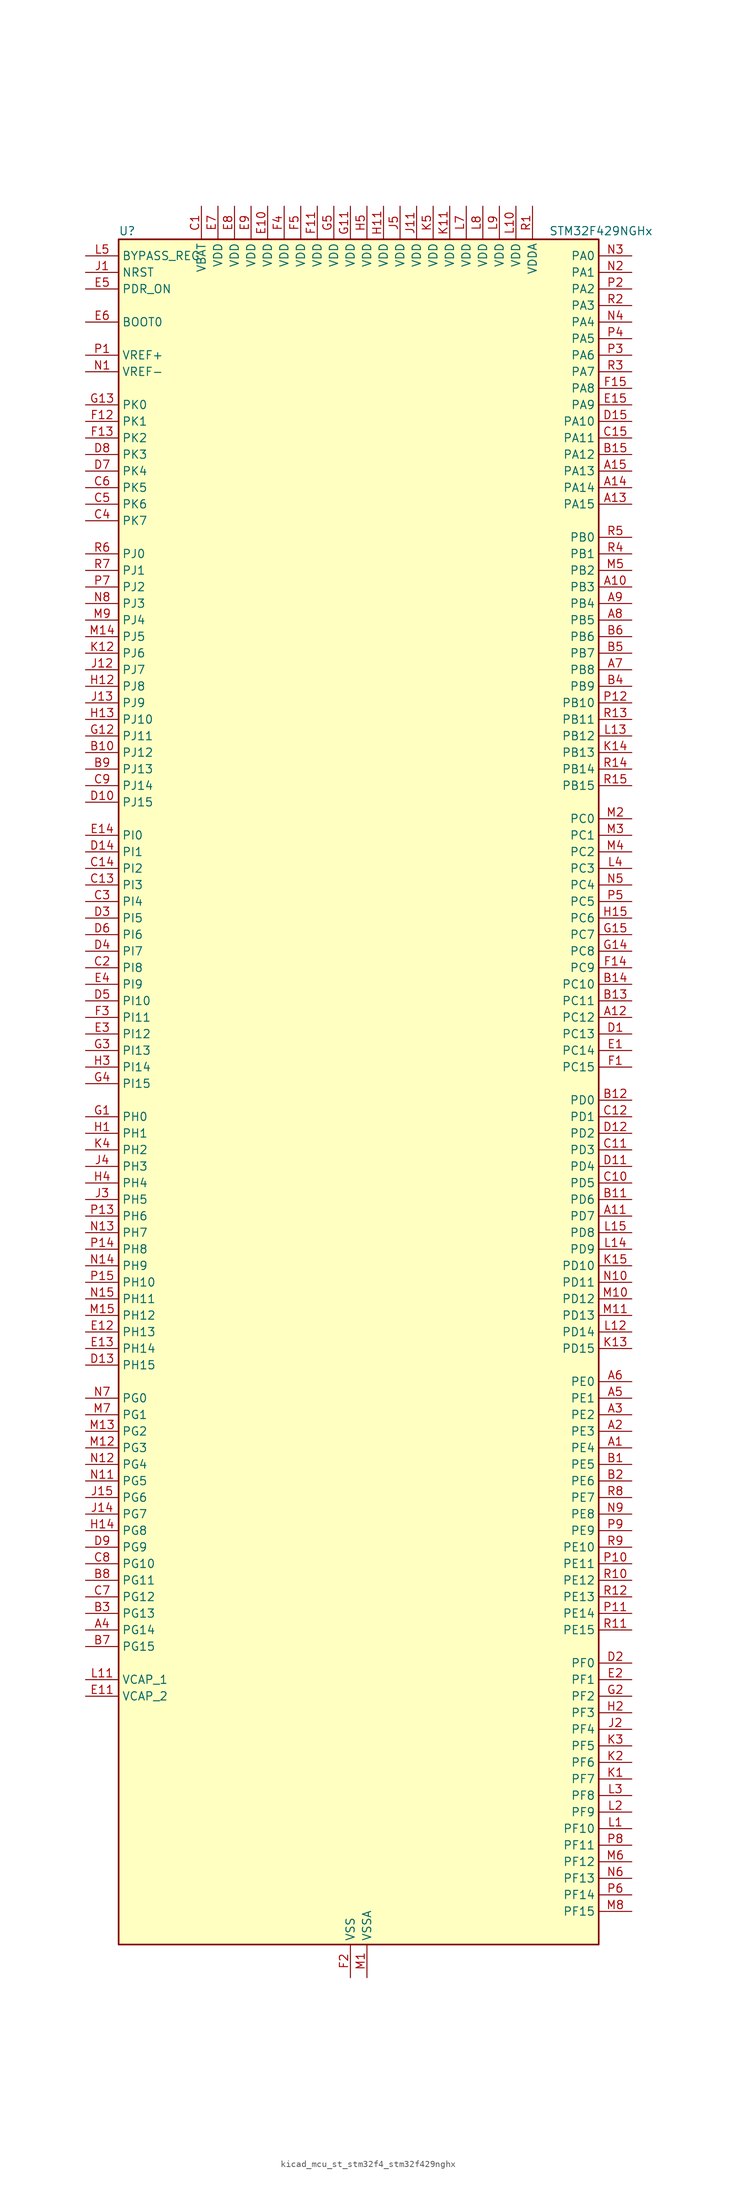
<source format=kicad_sym>
(kicad_symbol_lib
  (version 20220914)
  (generator kicad_symbol_editor)
  (symbol "kicad_mcu_st_stm32f4_stm32f429nghx"
    (property "Reference" "U"
      (at -35.56 133.35 0)
      (effects (font (size 1.27 1.27)) (justify left)))
    (property "Value" "STM32F429NGHx"
      (at 30.48 133.35 0)
      (effects (font (size 1.27 1.27)) (justify left)))
    (property "ki_locked" ""
      (at 0 0 0)
      (effects (font (size 1.27 1.27))))
    (symbol "kicad_mcu_st_stm32f4_stm32f429nghx_0_1"
      (rectangle (start -35.56 -129.54) (end 38.1 132.08) (stroke (width 0.254) (type default)) (fill (type background))))
    (symbol "kicad_mcu_st_stm32f4_stm32f429nghx_1_1"
      (pin bidirectional line (at 43.18 -53.34 180) (length 5.08) (name "PE4" (effects (font (size 1.27 1.27)))) (number "A1" (effects (font (size 1.27 1.27)))) (alternate "DCMI_D4" bidirectional line) (alternate "FMC_A20" bidirectional line) (alternate "LTDC_B0" bidirectional line) (alternate "SAI1_FS_A" bidirectional line) (alternate "SPI4_NSS" bidirectional line) (alternate "SYS_TRACED1" bidirectional line))
      (pin bidirectional line (at 43.18 78.74 180) (length 5.08) (name "PB3" (effects (font (size 1.27 1.27)))) (number "A10" (effects (font (size 1.27 1.27)))) (alternate "I2S3_CK" bidirectional line) (alternate "SPI1_SCK" bidirectional line) (alternate "SPI3_SCK" bidirectional line) (alternate "SYS_JTDO-SWO" bidirectional line) (alternate "TIM2_CH2" bidirectional line))
      (pin bidirectional line (at 43.18 -17.78 180) (length 5.08) (name "PD7" (effects (font (size 1.27 1.27)))) (number "A11" (effects (font (size 1.27 1.27)))) (alternate "FMC_NCE2" bidirectional line) (alternate "FMC_NE1" bidirectional line) (alternate "USART2_CK" bidirectional line))
      (pin bidirectional line (at 43.18 12.7 180) (length 5.08) (name "PC12" (effects (font (size 1.27 1.27)))) (number "A12" (effects (font (size 1.27 1.27)))) (alternate "DCMI_D9" bidirectional line) (alternate "I2S3_SD" bidirectional line) (alternate "SDIO_CK" bidirectional line) (alternate "SPI3_MOSI" bidirectional line) (alternate "UART5_TX" bidirectional line) (alternate "USART3_CK" bidirectional line))
      (pin bidirectional line (at 43.18 91.44 180) (length 5.08) (name "PA15" (effects (font (size 1.27 1.27)))) (number "A13" (effects (font (size 1.27 1.27)))) (alternate "ADC1_EXTI15" bidirectional line) (alternate "ADC2_EXTI15" bidirectional line) (alternate "ADC3_EXTI15" bidirectional line) (alternate "I2S3_WS" bidirectional line) (alternate "SPI1_NSS" bidirectional line) (alternate "SPI3_NSS" bidirectional line) (alternate "SYS_JTDI" bidirectional line) (alternate "TIM2_CH1" bidirectional line) (alternate "TIM2_ETR" bidirectional line))
      (pin bidirectional line (at 43.18 93.98 180) (length 5.08) (name "PA14" (effects (font (size 1.27 1.27)))) (number "A14" (effects (font (size 1.27 1.27)))) (alternate "SYS_JTCK-SWCLK" bidirectional line))
      (pin bidirectional line (at 43.18 96.52 180) (length 5.08) (name "PA13" (effects (font (size 1.27 1.27)))) (number "A15" (effects (font (size 1.27 1.27)))) (alternate "SYS_JTMS-SWDIO" bidirectional line))
      (pin bidirectional line (at 43.18 -50.8 180) (length 5.08) (name "PE3" (effects (font (size 1.27 1.27)))) (number "A2" (effects (font (size 1.27 1.27)))) (alternate "FMC_A19" bidirectional line) (alternate "SAI1_SD_B" bidirectional line) (alternate "SYS_TRACED0" bidirectional line))
      (pin bidirectional line (at 43.18 -48.26 180) (length 5.08) (name "PE2" (effects (font (size 1.27 1.27)))) (number "A3" (effects (font (size 1.27 1.27)))) (alternate "ETH_TXD3" bidirectional line) (alternate "FMC_A23" bidirectional line) (alternate "SAI1_MCLK_A" bidirectional line) (alternate "SPI4_SCK" bidirectional line) (alternate "SYS_TRACECLK" bidirectional line))
      (pin bidirectional line (at -40.64 -81.28 0) (length 5.08) (name "PG14" (effects (font (size 1.27 1.27)))) (number "A4" (effects (font (size 1.27 1.27)))) (alternate "ETH_TXD1" bidirectional line) (alternate "FMC_A25" bidirectional line) (alternate "SPI6_MOSI" bidirectional line) (alternate "USART6_TX" bidirectional line))
      (pin bidirectional line (at 43.18 -45.72 180) (length 5.08) (name "PE1" (effects (font (size 1.27 1.27)))) (number "A5" (effects (font (size 1.27 1.27)))) (alternate "DCMI_D3" bidirectional line) (alternate "FMC_NBL1" bidirectional line) (alternate "UART8_TX" bidirectional line))
      (pin bidirectional line (at 43.18 -43.18 180) (length 5.08) (name "PE0" (effects (font (size 1.27 1.27)))) (number "A6" (effects (font (size 1.27 1.27)))) (alternate "DCMI_D2" bidirectional line) (alternate "FMC_NBL0" bidirectional line) (alternate "TIM4_ETR" bidirectional line) (alternate "UART8_RX" bidirectional line))
      (pin bidirectional line (at 43.18 66.04 180) (length 5.08) (name "PB8" (effects (font (size 1.27 1.27)))) (number "A7" (effects (font (size 1.27 1.27)))) (alternate "CAN1_RX" bidirectional line) (alternate "DCMI_D6" bidirectional line) (alternate "ETH_TXD3" bidirectional line) (alternate "I2C1_SCL" bidirectional line) (alternate "LTDC_B6" bidirectional line) (alternate "SDIO_D4" bidirectional line) (alternate "TIM10_CH1" bidirectional line) (alternate "TIM4_CH3" bidirectional line))
      (pin bidirectional line (at 43.18 73.66 180) (length 5.08) (name "PB5" (effects (font (size 1.27 1.27)))) (number "A8" (effects (font (size 1.27 1.27)))) (alternate "CAN2_RX" bidirectional line) (alternate "DCMI_D10" bidirectional line) (alternate "ETH_PPS_OUT" bidirectional line) (alternate "FMC_SDCKE1" bidirectional line) (alternate "I2C1_SMBA" bidirectional line) (alternate "I2S3_SD" bidirectional line) (alternate "SPI1_MOSI" bidirectional line) (alternate "SPI3_MOSI" bidirectional line) (alternate "TIM3_CH2" bidirectional line) (alternate "USB_OTG_HS_ULPI_D7" bidirectional line))
      (pin bidirectional line (at 43.18 76.2 180) (length 5.08) (name "PB4" (effects (font (size 1.27 1.27)))) (number "A9" (effects (font (size 1.27 1.27)))) (alternate "I2S3_ext_SD" bidirectional line) (alternate "SPI1_MISO" bidirectional line) (alternate "SPI3_MISO" bidirectional line) (alternate "SYS_JTRST" bidirectional line) (alternate "TIM3_CH1" bidirectional line))
      (pin bidirectional line (at 43.18 -55.88 180) (length 5.08) (name "PE5" (effects (font (size 1.27 1.27)))) (number "B1" (effects (font (size 1.27 1.27)))) (alternate "DCMI_D6" bidirectional line) (alternate "FMC_A21" bidirectional line) (alternate "LTDC_G0" bidirectional line) (alternate "SAI1_SCK_A" bidirectional line) (alternate "SPI4_MISO" bidirectional line) (alternate "SYS_TRACED2" bidirectional line) (alternate "TIM9_CH1" bidirectional line))
      (pin bidirectional line (at -40.64 53.34 0) (length 5.08) (name "PJ12" (effects (font (size 1.27 1.27)))) (number "B10" (effects (font (size 1.27 1.27)))) (alternate "LTDC_B0" bidirectional line))
      (pin bidirectional line (at 43.18 -15.24 180) (length 5.08) (name "PD6" (effects (font (size 1.27 1.27)))) (number "B11" (effects (font (size 1.27 1.27)))) (alternate "DCMI_D10" bidirectional line) (alternate "FMC_NWAIT" bidirectional line) (alternate "I2S3_SD" bidirectional line) (alternate "LTDC_B2" bidirectional line) (alternate "SAI1_SD_A" bidirectional line) (alternate "SPI3_MOSI" bidirectional line) (alternate "USART2_RX" bidirectional line))
      (pin bidirectional line (at 43.18 0 180) (length 5.08) (name "PD0" (effects (font (size 1.27 1.27)))) (number "B12" (effects (font (size 1.27 1.27)))) (alternate "CAN1_RX" bidirectional line) (alternate "FMC_D2" bidirectional line) (alternate "FMC_DA2" bidirectional line))
      (pin bidirectional line (at 43.18 15.24 180) (length 5.08) (name "PC11" (effects (font (size 1.27 1.27)))) (number "B13" (effects (font (size 1.27 1.27)))) (alternate "ADC1_EXTI11" bidirectional line) (alternate "ADC2_EXTI11" bidirectional line) (alternate "ADC3_EXTI11" bidirectional line) (alternate "DCMI_D4" bidirectional line) (alternate "I2S3_ext_SD" bidirectional line) (alternate "SDIO_D3" bidirectional line) (alternate "SPI3_MISO" bidirectional line) (alternate "UART4_RX" bidirectional line) (alternate "USART3_RX" bidirectional line))
      (pin bidirectional line (at 43.18 17.78 180) (length 5.08) (name "PC10" (effects (font (size 1.27 1.27)))) (number "B14" (effects (font (size 1.27 1.27)))) (alternate "DCMI_D8" bidirectional line) (alternate "I2S3_CK" bidirectional line) (alternate "LTDC_R2" bidirectional line) (alternate "SDIO_D2" bidirectional line) (alternate "SPI3_SCK" bidirectional line) (alternate "UART4_TX" bidirectional line) (alternate "USART3_TX" bidirectional line))
      (pin bidirectional line (at 43.18 99.06 180) (length 5.08) (name "PA12" (effects (font (size 1.27 1.27)))) (number "B15" (effects (font (size 1.27 1.27)))) (alternate "CAN1_TX" bidirectional line) (alternate "LTDC_R5" bidirectional line) (alternate "TIM1_ETR" bidirectional line) (alternate "USART1_RTS" bidirectional line) (alternate "USB_OTG_FS_DP" bidirectional line))
      (pin bidirectional line (at 43.18 -58.42 180) (length 5.08) (name "PE6" (effects (font (size 1.27 1.27)))) (number "B2" (effects (font (size 1.27 1.27)))) (alternate "DCMI_D7" bidirectional line) (alternate "FMC_A22" bidirectional line) (alternate "LTDC_G1" bidirectional line) (alternate "SAI1_SD_A" bidirectional line) (alternate "SPI4_MOSI" bidirectional line) (alternate "SYS_TRACED3" bidirectional line) (alternate "TIM9_CH2" bidirectional line))
      (pin bidirectional line (at -40.64 -78.74 0) (length 5.08) (name "PG13" (effects (font (size 1.27 1.27)))) (number "B3" (effects (font (size 1.27 1.27)))) (alternate "ETH_TXD0" bidirectional line) (alternate "FMC_A24" bidirectional line) (alternate "SPI6_SCK" bidirectional line) (alternate "USART6_CTS" bidirectional line))
      (pin bidirectional line (at 43.18 63.5 180) (length 5.08) (name "PB9" (effects (font (size 1.27 1.27)))) (number "B4" (effects (font (size 1.27 1.27)))) (alternate "CAN1_TX" bidirectional line) (alternate "DAC_EXTI9" bidirectional line) (alternate "DCMI_D7" bidirectional line) (alternate "I2C1_SDA" bidirectional line) (alternate "I2S2_WS" bidirectional line) (alternate "LTDC_B7" bidirectional line) (alternate "SDIO_D5" bidirectional line) (alternate "SPI2_NSS" bidirectional line) (alternate "TIM11_CH1" bidirectional line) (alternate "TIM4_CH4" bidirectional line))
      (pin bidirectional line (at 43.18 68.58 180) (length 5.08) (name "PB7" (effects (font (size 1.27 1.27)))) (number "B5" (effects (font (size 1.27 1.27)))) (alternate "DCMI_VSYNC" bidirectional line) (alternate "FMC_NL" bidirectional line) (alternate "I2C1_SDA" bidirectional line) (alternate "TIM4_CH2" bidirectional line) (alternate "USART1_RX" bidirectional line))
      (pin bidirectional line (at 43.18 71.12 180) (length 5.08) (name "PB6" (effects (font (size 1.27 1.27)))) (number "B6" (effects (font (size 1.27 1.27)))) (alternate "CAN2_TX" bidirectional line) (alternate "DCMI_D5" bidirectional line) (alternate "FMC_SDNE1" bidirectional line) (alternate "I2C1_SCL" bidirectional line) (alternate "TIM4_CH1" bidirectional line) (alternate "USART1_TX" bidirectional line))
      (pin bidirectional line (at -40.64 -83.82 0) (length 5.08) (name "PG15" (effects (font (size 1.27 1.27)))) (number "B7" (effects (font (size 1.27 1.27)))) (alternate "ADC1_EXTI15" bidirectional line) (alternate "ADC2_EXTI15" bidirectional line) (alternate "ADC3_EXTI15" bidirectional line) (alternate "DCMI_D13" bidirectional line) (alternate "FMC_SDNCAS" bidirectional line) (alternate "USART6_CTS" bidirectional line))
      (pin bidirectional line (at -40.64 -73.66 0) (length 5.08) (name "PG11" (effects (font (size 1.27 1.27)))) (number "B8" (effects (font (size 1.27 1.27)))) (alternate "ADC1_EXTI11" bidirectional line) (alternate "ADC2_EXTI11" bidirectional line) (alternate "ADC3_EXTI11" bidirectional line) (alternate "DCMI_D3" bidirectional line) (alternate "ETH_TX_EN" bidirectional line) (alternate "FMC_NCE4_2" bidirectional line) (alternate "LTDC_B3" bidirectional line))
      (pin bidirectional line (at -40.64 50.8 0) (length 5.08) (name "PJ13" (effects (font (size 1.27 1.27)))) (number "B9" (effects (font (size 1.27 1.27)))) (alternate "LTDC_B1" bidirectional line))
      (pin power_in line (at -22.86 137.16 270) (length 5.08) (name "VBAT" (effects (font (size 1.27 1.27)))) (number "C1" (effects (font (size 1.27 1.27)))))
      (pin bidirectional line (at 43.18 -12.7 180) (length 5.08) (name "PD5" (effects (font (size 1.27 1.27)))) (number "C10" (effects (font (size 1.27 1.27)))) (alternate "FMC_NWE" bidirectional line) (alternate "USART2_TX" bidirectional line))
      (pin bidirectional line (at 43.18 -7.62 180) (length 5.08) (name "PD3" (effects (font (size 1.27 1.27)))) (number "C11" (effects (font (size 1.27 1.27)))) (alternate "DCMI_D5" bidirectional line) (alternate "FMC_CLK" bidirectional line) (alternate "I2S2_CK" bidirectional line) (alternate "LTDC_G7" bidirectional line) (alternate "SPI2_SCK" bidirectional line) (alternate "USART2_CTS" bidirectional line))
      (pin bidirectional line (at 43.18 -2.54 180) (length 5.08) (name "PD1" (effects (font (size 1.27 1.27)))) (number "C12" (effects (font (size 1.27 1.27)))) (alternate "CAN1_TX" bidirectional line) (alternate "FMC_D3" bidirectional line) (alternate "FMC_DA3" bidirectional line))
      (pin bidirectional line (at -40.64 33.02 0) (length 5.08) (name "PI3" (effects (font (size 1.27 1.27)))) (number "C13" (effects (font (size 1.27 1.27)))) (alternate "DCMI_D10" bidirectional line) (alternate "FMC_D27" bidirectional line) (alternate "I2S2_SD" bidirectional line) (alternate "SPI2_MOSI" bidirectional line) (alternate "TIM8_ETR" bidirectional line))
      (pin bidirectional line (at -40.64 35.56 0) (length 5.08) (name "PI2" (effects (font (size 1.27 1.27)))) (number "C14" (effects (font (size 1.27 1.27)))) (alternate "DCMI_D9" bidirectional line) (alternate "FMC_D26" bidirectional line) (alternate "I2S2_ext_SD" bidirectional line) (alternate "LTDC_G7" bidirectional line) (alternate "SPI2_MISO" bidirectional line) (alternate "TIM8_CH4" bidirectional line))
      (pin bidirectional line (at 43.18 101.6 180) (length 5.08) (name "PA11" (effects (font (size 1.27 1.27)))) (number "C15" (effects (font (size 1.27 1.27)))) (alternate "ADC1_EXTI11" bidirectional line) (alternate "ADC2_EXTI11" bidirectional line) (alternate "ADC3_EXTI11" bidirectional line) (alternate "CAN1_RX" bidirectional line) (alternate "LTDC_R4" bidirectional line) (alternate "TIM1_CH4" bidirectional line) (alternate "USART1_CTS" bidirectional line) (alternate "USB_OTG_FS_DM" bidirectional line))
      (pin bidirectional line (at -40.64 20.32 0) (length 5.08) (name "PI8" (effects (font (size 1.27 1.27)))) (number "C2" (effects (font (size 1.27 1.27)))) (alternate "RTC_AF2" bidirectional line))
      (pin bidirectional line (at -40.64 30.48 0) (length 5.08) (name "PI4" (effects (font (size 1.27 1.27)))) (number "C3" (effects (font (size 1.27 1.27)))) (alternate "DCMI_D5" bidirectional line) (alternate "FMC_NBL2" bidirectional line) (alternate "LTDC_B4" bidirectional line) (alternate "TIM8_BKIN" bidirectional line))
      (pin bidirectional line (at -40.64 88.9 0) (length 5.08) (name "PK7" (effects (font (size 1.27 1.27)))) (number "C4" (effects (font (size 1.27 1.27)))) (alternate "LTDC_DE" bidirectional line))
      (pin bidirectional line (at -40.64 91.44 0) (length 5.08) (name "PK6" (effects (font (size 1.27 1.27)))) (number "C5" (effects (font (size 1.27 1.27)))) (alternate "LTDC_B7" bidirectional line))
      (pin bidirectional line (at -40.64 93.98 0) (length 5.08) (name "PK5" (effects (font (size 1.27 1.27)))) (number "C6" (effects (font (size 1.27 1.27)))) (alternate "LTDC_B6" bidirectional line))
      (pin bidirectional line (at -40.64 -76.2 0) (length 5.08) (name "PG12" (effects (font (size 1.27 1.27)))) (number "C7" (effects (font (size 1.27 1.27)))) (alternate "FMC_NE4" bidirectional line) (alternate "LTDC_B1" bidirectional line) (alternate "LTDC_B4" bidirectional line) (alternate "SPI6_MISO" bidirectional line) (alternate "USART6_RTS" bidirectional line))
      (pin bidirectional line (at -40.64 -71.12 0) (length 5.08) (name "PG10" (effects (font (size 1.27 1.27)))) (number "C8" (effects (font (size 1.27 1.27)))) (alternate "DCMI_D2" bidirectional line) (alternate "FMC_NCE4_1" bidirectional line) (alternate "FMC_NE3" bidirectional line) (alternate "LTDC_B2" bidirectional line) (alternate "LTDC_G3" bidirectional line))
      (pin bidirectional line (at -40.64 48.26 0) (length 5.08) (name "PJ14" (effects (font (size 1.27 1.27)))) (number "C9" (effects (font (size 1.27 1.27)))) (alternate "LTDC_B2" bidirectional line))
      (pin bidirectional line (at 43.18 10.16 180) (length 5.08) (name "PC13" (effects (font (size 1.27 1.27)))) (number "D1" (effects (font (size 1.27 1.27)))) (alternate "RTC_AF1" bidirectional line))
      (pin bidirectional line (at -40.64 45.72 0) (length 5.08) (name "PJ15" (effects (font (size 1.27 1.27)))) (number "D10" (effects (font (size 1.27 1.27)))) (alternate "ADC1_EXTI15" bidirectional line) (alternate "ADC2_EXTI15" bidirectional line) (alternate "ADC3_EXTI15" bidirectional line) (alternate "LTDC_B3" bidirectional line))
      (pin bidirectional line (at 43.18 -10.16 180) (length 5.08) (name "PD4" (effects (font (size 1.27 1.27)))) (number "D11" (effects (font (size 1.27 1.27)))) (alternate "FMC_NOE" bidirectional line) (alternate "USART2_RTS" bidirectional line))
      (pin bidirectional line (at 43.18 -5.08 180) (length 5.08) (name "PD2" (effects (font (size 1.27 1.27)))) (number "D12" (effects (font (size 1.27 1.27)))) (alternate "DCMI_D11" bidirectional line) (alternate "SDIO_CMD" bidirectional line) (alternate "TIM3_ETR" bidirectional line) (alternate "UART5_RX" bidirectional line))
      (pin bidirectional line (at -40.64 -40.64 0) (length 5.08) (name "PH15" (effects (font (size 1.27 1.27)))) (number "D13" (effects (font (size 1.27 1.27)))) (alternate "ADC1_EXTI15" bidirectional line) (alternate "ADC2_EXTI15" bidirectional line) (alternate "ADC3_EXTI15" bidirectional line) (alternate "DCMI_D11" bidirectional line) (alternate "FMC_D23" bidirectional line) (alternate "LTDC_G4" bidirectional line) (alternate "TIM8_CH3N" bidirectional line))
      (pin bidirectional line (at -40.64 38.1 0) (length 5.08) (name "PI1" (effects (font (size 1.27 1.27)))) (number "D14" (effects (font (size 1.27 1.27)))) (alternate "DCMI_D8" bidirectional line) (alternate "FMC_D25" bidirectional line) (alternate "I2S2_CK" bidirectional line) (alternate "LTDC_G6" bidirectional line) (alternate "SPI2_SCK" bidirectional line))
      (pin bidirectional line (at 43.18 104.14 180) (length 5.08) (name "PA10" (effects (font (size 1.27 1.27)))) (number "D15" (effects (font (size 1.27 1.27)))) (alternate "DCMI_D1" bidirectional line) (alternate "TIM1_CH3" bidirectional line) (alternate "USART1_RX" bidirectional line) (alternate "USB_OTG_FS_ID" bidirectional line))
      (pin bidirectional line (at 43.18 -86.36 180) (length 5.08) (name "PF0" (effects (font (size 1.27 1.27)))) (number "D2" (effects (font (size 1.27 1.27)))) (alternate "FMC_A0" bidirectional line) (alternate "I2C2_SDA" bidirectional line))
      (pin bidirectional line (at -40.64 27.94 0) (length 5.08) (name "PI5" (effects (font (size 1.27 1.27)))) (number "D3" (effects (font (size 1.27 1.27)))) (alternate "DCMI_VSYNC" bidirectional line) (alternate "FMC_NBL3" bidirectional line) (alternate "LTDC_B5" bidirectional line) (alternate "TIM8_CH1" bidirectional line))
      (pin bidirectional line (at -40.64 22.86 0) (length 5.08) (name "PI7" (effects (font (size 1.27 1.27)))) (number "D4" (effects (font (size 1.27 1.27)))) (alternate "DCMI_D7" bidirectional line) (alternate "FMC_D29" bidirectional line) (alternate "LTDC_B7" bidirectional line) (alternate "TIM8_CH3" bidirectional line))
      (pin bidirectional line (at -40.64 15.24 0) (length 5.08) (name "PI10" (effects (font (size 1.27 1.27)))) (number "D5" (effects (font (size 1.27 1.27)))) (alternate "ETH_RX_ER" bidirectional line) (alternate "FMC_D31" bidirectional line) (alternate "LTDC_HSYNC" bidirectional line))
      (pin bidirectional line (at -40.64 25.4 0) (length 5.08) (name "PI6" (effects (font (size 1.27 1.27)))) (number "D6" (effects (font (size 1.27 1.27)))) (alternate "DCMI_D6" bidirectional line) (alternate "FMC_D28" bidirectional line) (alternate "LTDC_B6" bidirectional line) (alternate "TIM8_CH2" bidirectional line))
      (pin bidirectional line (at -40.64 96.52 0) (length 5.08) (name "PK4" (effects (font (size 1.27 1.27)))) (number "D7" (effects (font (size 1.27 1.27)))) (alternate "LTDC_B5" bidirectional line))
      (pin bidirectional line (at -40.64 99.06 0) (length 5.08) (name "PK3" (effects (font (size 1.27 1.27)))) (number "D8" (effects (font (size 1.27 1.27)))) (alternate "LTDC_B4" bidirectional line))
      (pin bidirectional line (at -40.64 -68.58 0) (length 5.08) (name "PG9" (effects (font (size 1.27 1.27)))) (number "D9" (effects (font (size 1.27 1.27)))) (alternate "DAC_EXTI9" bidirectional line) (alternate "DCMI_VSYNC" bidirectional line) (alternate "FMC_NCE3" bidirectional line) (alternate "FMC_NE2" bidirectional line) (alternate "USART6_RX" bidirectional line))
      (pin bidirectional line (at 43.18 7.62 180) (length 5.08) (name "PC14" (effects (font (size 1.27 1.27)))) (number "E1" (effects (font (size 1.27 1.27)))) (alternate "RCC_OSC32_IN" bidirectional line))
      (pin power_in line (at -12.7 137.16 270) (length 5.08) (name "VDD" (effects (font (size 1.27 1.27)))) (number "E10" (effects (font (size 1.27 1.27)))))
      (pin power_out line (at -40.64 -91.44 0) (length 5.08) (name "VCAP_2" (effects (font (size 1.27 1.27)))) (number "E11" (effects (font (size 1.27 1.27)))))
      (pin bidirectional line (at -40.64 -35.56 0) (length 5.08) (name "PH13" (effects (font (size 1.27 1.27)))) (number "E12" (effects (font (size 1.27 1.27)))) (alternate "CAN1_TX" bidirectional line) (alternate "FMC_D21" bidirectional line) (alternate "LTDC_G2" bidirectional line) (alternate "TIM8_CH1N" bidirectional line))
      (pin bidirectional line (at -40.64 -38.1 0) (length 5.08) (name "PH14" (effects (font (size 1.27 1.27)))) (number "E13" (effects (font (size 1.27 1.27)))) (alternate "DCMI_D4" bidirectional line) (alternate "FMC_D22" bidirectional line) (alternate "LTDC_G3" bidirectional line) (alternate "TIM8_CH2N" bidirectional line))
      (pin bidirectional line (at -40.64 40.64 0) (length 5.08) (name "PI0" (effects (font (size 1.27 1.27)))) (number "E14" (effects (font (size 1.27 1.27)))) (alternate "DCMI_D13" bidirectional line) (alternate "FMC_D24" bidirectional line) (alternate "I2S2_WS" bidirectional line) (alternate "LTDC_G5" bidirectional line) (alternate "SPI2_NSS" bidirectional line) (alternate "TIM5_CH4" bidirectional line))
      (pin bidirectional line (at 43.18 106.68 180) (length 5.08) (name "PA9" (effects (font (size 1.27 1.27)))) (number "E15" (effects (font (size 1.27 1.27)))) (alternate "DAC_EXTI9" bidirectional line) (alternate "DCMI_D0" bidirectional line) (alternate "I2C3_SMBA" bidirectional line) (alternate "TIM1_CH2" bidirectional line) (alternate "USART1_TX" bidirectional line) (alternate "USB_OTG_FS_VBUS" bidirectional line))
      (pin bidirectional line (at 43.18 -88.9 180) (length 5.08) (name "PF1" (effects (font (size 1.27 1.27)))) (number "E2" (effects (font (size 1.27 1.27)))) (alternate "FMC_A1" bidirectional line) (alternate "I2C2_SCL" bidirectional line))
      (pin bidirectional line (at -40.64 10.16 0) (length 5.08) (name "PI12" (effects (font (size 1.27 1.27)))) (number "E3" (effects (font (size 1.27 1.27)))) (alternate "LTDC_HSYNC" bidirectional line))
      (pin bidirectional line (at -40.64 17.78 0) (length 5.08) (name "PI9" (effects (font (size 1.27 1.27)))) (number "E4" (effects (font (size 1.27 1.27)))) (alternate "CAN1_RX" bidirectional line) (alternate "DAC_EXTI9" bidirectional line) (alternate "FMC_D30" bidirectional line) (alternate "LTDC_VSYNC" bidirectional line))
      (pin input line (at -40.64 124.46 0) (length 5.08) (name "PDR_ON" (effects (font (size 1.27 1.27)))) (number "E5" (effects (font (size 1.27 1.27)))))
      (pin input line (at -40.64 119.38 0) (length 5.08) (name "BOOT0" (effects (font (size 1.27 1.27)))) (number "E6" (effects (font (size 1.27 1.27)))))
      (pin power_in line (at -20.32 137.16 270) (length 5.08) (name "VDD" (effects (font (size 1.27 1.27)))) (number "E7" (effects (font (size 1.27 1.27)))))
      (pin power_in line (at -17.78 137.16 270) (length 5.08) (name "VDD" (effects (font (size 1.27 1.27)))) (number "E8" (effects (font (size 1.27 1.27)))))
      (pin power_in line (at -15.24 137.16 270) (length 5.08) (name "VDD" (effects (font (size 1.27 1.27)))) (number "E9" (effects (font (size 1.27 1.27)))))
      (pin bidirectional line (at 43.18 5.08 180) (length 5.08) (name "PC15" (effects (font (size 1.27 1.27)))) (number "F1" (effects (font (size 1.27 1.27)))) (alternate "ADC1_EXTI15" bidirectional line) (alternate "ADC2_EXTI15" bidirectional line) (alternate "ADC3_EXTI15" bidirectional line) (alternate "RCC_OSC32_OUT" bidirectional line))
      (pin passive line (at 0 -134.62 90) (length 5.08) hide (name "VSS" (effects (font (size 1.27 1.27)))) (number "F10" (effects (font (size 1.27 1.27)))))
      (pin power_in line (at -5.08 137.16 270) (length 5.08) (name "VDD" (effects (font (size 1.27 1.27)))) (number "F11" (effects (font (size 1.27 1.27)))))
      (pin bidirectional line (at -40.64 104.14 0) (length 5.08) (name "PK1" (effects (font (size 1.27 1.27)))) (number "F12" (effects (font (size 1.27 1.27)))) (alternate "LTDC_G6" bidirectional line))
      (pin bidirectional line (at -40.64 101.6 0) (length 5.08) (name "PK2" (effects (font (size 1.27 1.27)))) (number "F13" (effects (font (size 1.27 1.27)))) (alternate "LTDC_G7" bidirectional line))
      (pin bidirectional line (at 43.18 20.32 180) (length 5.08) (name "PC9" (effects (font (size 1.27 1.27)))) (number "F14" (effects (font (size 1.27 1.27)))) (alternate "DAC_EXTI9" bidirectional line) (alternate "DCMI_D3" bidirectional line) (alternate "I2C3_SDA" bidirectional line) (alternate "I2S_CKIN" bidirectional line) (alternate "RCC_MCO_2" bidirectional line) (alternate "SDIO_D1" bidirectional line) (alternate "TIM3_CH4" bidirectional line) (alternate "TIM8_CH4" bidirectional line))
      (pin bidirectional line (at 43.18 109.22 180) (length 5.08) (name "PA8" (effects (font (size 1.27 1.27)))) (number "F15" (effects (font (size 1.27 1.27)))) (alternate "I2C3_SCL" bidirectional line) (alternate "LTDC_R6" bidirectional line) (alternate "RCC_MCO_1" bidirectional line) (alternate "TIM1_CH1" bidirectional line) (alternate "USART1_CK" bidirectional line) (alternate "USB_OTG_FS_SOF" bidirectional line))
      (pin power_in line (at 0 -134.62 90) (length 5.08) (name "VSS" (effects (font (size 1.27 1.27)))) (number "F2" (effects (font (size 1.27 1.27)))))
      (pin bidirectional line (at -40.64 12.7 0) (length 5.08) (name "PI11" (effects (font (size 1.27 1.27)))) (number "F3" (effects (font (size 1.27 1.27)))) (alternate "ADC1_EXTI11" bidirectional line) (alternate "ADC2_EXTI11" bidirectional line) (alternate "ADC3_EXTI11" bidirectional line) (alternate "USB_OTG_HS_ULPI_DIR" bidirectional line))
      (pin power_in line (at -10.16 137.16 270) (length 5.08) (name "VDD" (effects (font (size 1.27 1.27)))) (number "F4" (effects (font (size 1.27 1.27)))))
      (pin power_in line (at -7.62 137.16 270) (length 5.08) (name "VDD" (effects (font (size 1.27 1.27)))) (number "F5" (effects (font (size 1.27 1.27)))))
      (pin passive line (at 0 -134.62 90) (length 5.08) hide (name "VSS" (effects (font (size 1.27 1.27)))) (number "F6" (effects (font (size 1.27 1.27)))))
      (pin passive line (at 0 -134.62 90) (length 5.08) hide (name "VSS" (effects (font (size 1.27 1.27)))) (number "F7" (effects (font (size 1.27 1.27)))))
      (pin passive line (at 0 -134.62 90) (length 5.08) hide (name "VSS" (effects (font (size 1.27 1.27)))) (number "F8" (effects (font (size 1.27 1.27)))))
      (pin passive line (at 0 -134.62 90) (length 5.08) hide (name "VSS" (effects (font (size 1.27 1.27)))) (number "F9" (effects (font (size 1.27 1.27)))))
      (pin bidirectional line (at -40.64 -2.54 0) (length 5.08) (name "PH0" (effects (font (size 1.27 1.27)))) (number "G1" (effects (font (size 1.27 1.27)))) (alternate "RCC_OSC_IN" bidirectional line))
      (pin passive line (at 0 -134.62 90) (length 5.08) hide (name "VSS" (effects (font (size 1.27 1.27)))) (number "G10" (effects (font (size 1.27 1.27)))))
      (pin power_in line (at 0 137.16 270) (length 5.08) (name "VDD" (effects (font (size 1.27 1.27)))) (number "G11" (effects (font (size 1.27 1.27)))))
      (pin bidirectional line (at -40.64 55.88 0) (length 5.08) (name "PJ11" (effects (font (size 1.27 1.27)))) (number "G12" (effects (font (size 1.27 1.27)))) (alternate "ADC1_EXTI11" bidirectional line) (alternate "ADC2_EXTI11" bidirectional line) (alternate "ADC3_EXTI11" bidirectional line) (alternate "LTDC_G4" bidirectional line))
      (pin bidirectional line (at -40.64 106.68 0) (length 5.08) (name "PK0" (effects (font (size 1.27 1.27)))) (number "G13" (effects (font (size 1.27 1.27)))) (alternate "LTDC_G5" bidirectional line))
      (pin bidirectional line (at 43.18 22.86 180) (length 5.08) (name "PC8" (effects (font (size 1.27 1.27)))) (number "G14" (effects (font (size 1.27 1.27)))) (alternate "DCMI_D2" bidirectional line) (alternate "SDIO_D0" bidirectional line) (alternate "TIM3_CH3" bidirectional line) (alternate "TIM8_CH3" bidirectional line) (alternate "USART6_CK" bidirectional line))
      (pin bidirectional line (at 43.18 25.4 180) (length 5.08) (name "PC7" (effects (font (size 1.27 1.27)))) (number "G15" (effects (font (size 1.27 1.27)))) (alternate "DCMI_D1" bidirectional line) (alternate "I2S3_MCK" bidirectional line) (alternate "LTDC_G6" bidirectional line) (alternate "SDIO_D7" bidirectional line) (alternate "TIM3_CH2" bidirectional line) (alternate "TIM8_CH2" bidirectional line) (alternate "USART6_RX" bidirectional line))
      (pin bidirectional line (at 43.18 -91.44 180) (length 5.08) (name "PF2" (effects (font (size 1.27 1.27)))) (number "G2" (effects (font (size 1.27 1.27)))) (alternate "FMC_A2" bidirectional line) (alternate "I2C2_SMBA" bidirectional line))
      (pin bidirectional line (at -40.64 7.62 0) (length 5.08) (name "PI13" (effects (font (size 1.27 1.27)))) (number "G3" (effects (font (size 1.27 1.27)))) (alternate "LTDC_VSYNC" bidirectional line))
      (pin bidirectional line (at -40.64 2.54 0) (length 5.08) (name "PI15" (effects (font (size 1.27 1.27)))) (number "G4" (effects (font (size 1.27 1.27)))) (alternate "ADC1_EXTI15" bidirectional line) (alternate "ADC2_EXTI15" bidirectional line) (alternate "ADC3_EXTI15" bidirectional line) (alternate "LTDC_R0" bidirectional line))
      (pin power_in line (at -2.54 137.16 270) (length 5.08) (name "VDD" (effects (font (size 1.27 1.27)))) (number "G5" (effects (font (size 1.27 1.27)))))
      (pin passive line (at 0 -134.62 90) (length 5.08) hide (name "VSS" (effects (font (size 1.27 1.27)))) (number "G6" (effects (font (size 1.27 1.27)))))
      (pin bidirectional line (at -40.64 -5.08 0) (length 5.08) (name "PH1" (effects (font (size 1.27 1.27)))) (number "H1" (effects (font (size 1.27 1.27)))) (alternate "RCC_OSC_OUT" bidirectional line))
      (pin passive line (at 0 -134.62 90) (length 5.08) hide (name "VSS" (effects (font (size 1.27 1.27)))) (number "H10" (effects (font (size 1.27 1.27)))))
      (pin power_in line (at 5.08 137.16 270) (length 5.08) (name "VDD" (effects (font (size 1.27 1.27)))) (number "H11" (effects (font (size 1.27 1.27)))))
      (pin bidirectional line (at -40.64 63.5 0) (length 5.08) (name "PJ8" (effects (font (size 1.27 1.27)))) (number "H12" (effects (font (size 1.27 1.27)))) (alternate "LTDC_G1" bidirectional line))
      (pin bidirectional line (at -40.64 58.42 0) (length 5.08) (name "PJ10" (effects (font (size 1.27 1.27)))) (number "H13" (effects (font (size 1.27 1.27)))) (alternate "LTDC_G3" bidirectional line))
      (pin bidirectional line (at -40.64 -66.04 0) (length 5.08) (name "PG8" (effects (font (size 1.27 1.27)))) (number "H14" (effects (font (size 1.27 1.27)))) (alternate "ETH_PPS_OUT" bidirectional line) (alternate "FMC_SDCLK" bidirectional line) (alternate "SPI6_NSS" bidirectional line) (alternate "USART6_RTS" bidirectional line))
      (pin bidirectional line (at 43.18 27.94 180) (length 5.08) (name "PC6" (effects (font (size 1.27 1.27)))) (number "H15" (effects (font (size 1.27 1.27)))) (alternate "DCMI_D0" bidirectional line) (alternate "I2S2_MCK" bidirectional line) (alternate "LTDC_HSYNC" bidirectional line) (alternate "SDIO_D6" bidirectional line) (alternate "TIM3_CH1" bidirectional line) (alternate "TIM8_CH1" bidirectional line) (alternate "USART6_TX" bidirectional line))
      (pin bidirectional line (at 43.18 -93.98 180) (length 5.08) (name "PF3" (effects (font (size 1.27 1.27)))) (number "H2" (effects (font (size 1.27 1.27)))) (alternate "ADC3_IN9" bidirectional line) (alternate "FMC_A3" bidirectional line))
      (pin bidirectional line (at -40.64 5.08 0) (length 5.08) (name "PI14" (effects (font (size 1.27 1.27)))) (number "H3" (effects (font (size 1.27 1.27)))) (alternate "LTDC_CLK" bidirectional line))
      (pin bidirectional line (at -40.64 -12.7 0) (length 5.08) (name "PH4" (effects (font (size 1.27 1.27)))) (number "H4" (effects (font (size 1.27 1.27)))) (alternate "I2C2_SCL" bidirectional line) (alternate "USB_OTG_HS_ULPI_NXT" bidirectional line))
      (pin power_in line (at 2.54 137.16 270) (length 5.08) (name "VDD" (effects (font (size 1.27 1.27)))) (number "H5" (effects (font (size 1.27 1.27)))))
      (pin passive line (at 0 -134.62 90) (length 5.08) hide (name "VSS" (effects (font (size 1.27 1.27)))) (number "H6" (effects (font (size 1.27 1.27)))))
      (pin input line (at -40.64 127 0) (length 5.08) (name "NRST" (effects (font (size 1.27 1.27)))) (number "J1" (effects (font (size 1.27 1.27)))))
      (pin passive line (at 0 -134.62 90) (length 5.08) hide (name "VSS" (effects (font (size 1.27 1.27)))) (number "J10" (effects (font (size 1.27 1.27)))))
      (pin power_in line (at 10.16 137.16 270) (length 5.08) (name "VDD" (effects (font (size 1.27 1.27)))) (number "J11" (effects (font (size 1.27 1.27)))))
      (pin bidirectional line (at -40.64 66.04 0) (length 5.08) (name "PJ7" (effects (font (size 1.27 1.27)))) (number "J12" (effects (font (size 1.27 1.27)))) (alternate "LTDC_G0" bidirectional line))
      (pin bidirectional line (at -40.64 60.96 0) (length 5.08) (name "PJ9" (effects (font (size 1.27 1.27)))) (number "J13" (effects (font (size 1.27 1.27)))) (alternate "DAC_EXTI9" bidirectional line) (alternate "LTDC_G2" bidirectional line))
      (pin bidirectional line (at -40.64 -63.5 0) (length 5.08) (name "PG7" (effects (font (size 1.27 1.27)))) (number "J14" (effects (font (size 1.27 1.27)))) (alternate "DCMI_D13" bidirectional line) (alternate "FMC_INT3" bidirectional line) (alternate "LTDC_CLK" bidirectional line) (alternate "USART6_CK" bidirectional line))
      (pin bidirectional line (at -40.64 -60.96 0) (length 5.08) (name "PG6" (effects (font (size 1.27 1.27)))) (number "J15" (effects (font (size 1.27 1.27)))) (alternate "DCMI_D12" bidirectional line) (alternate "FMC_INT2" bidirectional line) (alternate "LTDC_R7" bidirectional line))
      (pin bidirectional line (at 43.18 -96.52 180) (length 5.08) (name "PF4" (effects (font (size 1.27 1.27)))) (number "J2" (effects (font (size 1.27 1.27)))) (alternate "ADC3_IN14" bidirectional line) (alternate "FMC_A4" bidirectional line))
      (pin bidirectional line (at -40.64 -15.24 0) (length 5.08) (name "PH5" (effects (font (size 1.27 1.27)))) (number "J3" (effects (font (size 1.27 1.27)))) (alternate "FMC_SDNWE" bidirectional line) (alternate "I2C2_SDA" bidirectional line) (alternate "SPI5_NSS" bidirectional line))
      (pin bidirectional line (at -40.64 -10.16 0) (length 5.08) (name "PH3" (effects (font (size 1.27 1.27)))) (number "J4" (effects (font (size 1.27 1.27)))) (alternate "ETH_COL" bidirectional line) (alternate "FMC_SDNE0" bidirectional line) (alternate "LTDC_R1" bidirectional line))
      (pin power_in line (at 7.62 137.16 270) (length 5.08) (name "VDD" (effects (font (size 1.27 1.27)))) (number "J5" (effects (font (size 1.27 1.27)))))
      (pin passive line (at 0 -134.62 90) (length 5.08) hide (name "VSS" (effects (font (size 1.27 1.27)))) (number "J6" (effects (font (size 1.27 1.27)))))
      (pin bidirectional line (at 43.18 -104.14 180) (length 5.08) (name "PF7" (effects (font (size 1.27 1.27)))) (number "K1" (effects (font (size 1.27 1.27)))) (alternate "ADC3_IN5" bidirectional line) (alternate "FMC_NREG" bidirectional line) (alternate "SAI1_MCLK_B" bidirectional line) (alternate "SPI5_SCK" bidirectional line) (alternate "TIM11_CH1" bidirectional line) (alternate "UART7_TX" bidirectional line))
      (pin passive line (at 0 -134.62 90) (length 5.08) hide (name "VSS" (effects (font (size 1.27 1.27)))) (number "K10" (effects (font (size 1.27 1.27)))))
      (pin power_in line (at 15.24 137.16 270) (length 5.08) (name "VDD" (effects (font (size 1.27 1.27)))) (number "K11" (effects (font (size 1.27 1.27)))))
      (pin bidirectional line (at -40.64 68.58 0) (length 5.08) (name "PJ6" (effects (font (size 1.27 1.27)))) (number "K12" (effects (font (size 1.27 1.27)))) (alternate "LTDC_R7" bidirectional line))
      (pin bidirectional line (at 43.18 -38.1 180) (length 5.08) (name "PD15" (effects (font (size 1.27 1.27)))) (number "K13" (effects (font (size 1.27 1.27)))) (alternate "ADC1_EXTI15" bidirectional line) (alternate "ADC2_EXTI15" bidirectional line) (alternate "ADC3_EXTI15" bidirectional line) (alternate "FMC_D1" bidirectional line) (alternate "FMC_DA1" bidirectional line) (alternate "TIM4_CH4" bidirectional line))
      (pin bidirectional line (at 43.18 53.34 180) (length 5.08) (name "PB13" (effects (font (size 1.27 1.27)))) (number "K14" (effects (font (size 1.27 1.27)))) (alternate "CAN2_TX" bidirectional line) (alternate "ETH_TXD1" bidirectional line) (alternate "I2S2_CK" bidirectional line) (alternate "SPI2_SCK" bidirectional line) (alternate "TIM1_CH1N" bidirectional line) (alternate "USART3_CTS" bidirectional line) (alternate "USB_OTG_HS_ULPI_D6" bidirectional line) (alternate "USB_OTG_HS_VBUS" bidirectional line))
      (pin bidirectional line (at 43.18 -25.4 180) (length 5.08) (name "PD10" (effects (font (size 1.27 1.27)))) (number "K15" (effects (font (size 1.27 1.27)))) (alternate "FMC_D15" bidirectional line) (alternate "FMC_DA15" bidirectional line) (alternate "LTDC_B3" bidirectional line) (alternate "USART3_CK" bidirectional line))
      (pin bidirectional line (at 43.18 -101.6 180) (length 5.08) (name "PF6" (effects (font (size 1.27 1.27)))) (number "K2" (effects (font (size 1.27 1.27)))) (alternate "ADC3_IN4" bidirectional line) (alternate "FMC_NIORD" bidirectional line) (alternate "SAI1_SD_B" bidirectional line) (alternate "SPI5_NSS" bidirectional line) (alternate "TIM10_CH1" bidirectional line) (alternate "UART7_RX" bidirectional line))
      (pin bidirectional line (at 43.18 -99.06 180) (length 5.08) (name "PF5" (effects (font (size 1.27 1.27)))) (number "K3" (effects (font (size 1.27 1.27)))) (alternate "ADC3_IN15" bidirectional line) (alternate "FMC_A5" bidirectional line))
      (pin bidirectional line (at -40.64 -7.62 0) (length 5.08) (name "PH2" (effects (font (size 1.27 1.27)))) (number "K4" (effects (font (size 1.27 1.27)))) (alternate "ETH_CRS" bidirectional line) (alternate "FMC_SDCKE0" bidirectional line) (alternate "LTDC_R0" bidirectional line))
      (pin power_in line (at 12.7 137.16 270) (length 5.08) (name "VDD" (effects (font (size 1.27 1.27)))) (number "K5" (effects (font (size 1.27 1.27)))))
      (pin passive line (at 0 -134.62 90) (length 5.08) hide (name "VSS" (effects (font (size 1.27 1.27)))) (number "K6" (effects (font (size 1.27 1.27)))))
      (pin passive line (at 0 -134.62 90) (length 5.08) hide (name "VSS" (effects (font (size 1.27 1.27)))) (number "K7" (effects (font (size 1.27 1.27)))))
      (pin passive line (at 0 -134.62 90) (length 5.08) hide (name "VSS" (effects (font (size 1.27 1.27)))) (number "K8" (effects (font (size 1.27 1.27)))))
      (pin passive line (at 0 -134.62 90) (length 5.08) hide (name "VSS" (effects (font (size 1.27 1.27)))) (number "K9" (effects (font (size 1.27 1.27)))))
      (pin bidirectional line (at 43.18 -111.76 180) (length 5.08) (name "PF10" (effects (font (size 1.27 1.27)))) (number "L1" (effects (font (size 1.27 1.27)))) (alternate "ADC3_IN8" bidirectional line) (alternate "DCMI_D11" bidirectional line) (alternate "FMC_INTR" bidirectional line) (alternate "LTDC_DE" bidirectional line))
      (pin power_in line (at 25.4 137.16 270) (length 5.08) (name "VDD" (effects (font (size 1.27 1.27)))) (number "L10" (effects (font (size 1.27 1.27)))))
      (pin power_out line (at -40.64 -88.9 0) (length 5.08) (name "VCAP_1" (effects (font (size 1.27 1.27)))) (number "L11" (effects (font (size 1.27 1.27)))))
      (pin bidirectional line (at 43.18 -35.56 180) (length 5.08) (name "PD14" (effects (font (size 1.27 1.27)))) (number "L12" (effects (font (size 1.27 1.27)))) (alternate "FMC_D0" bidirectional line) (alternate "FMC_DA0" bidirectional line) (alternate "TIM4_CH3" bidirectional line))
      (pin bidirectional line (at 43.18 55.88 180) (length 5.08) (name "PB12" (effects (font (size 1.27 1.27)))) (number "L13" (effects (font (size 1.27 1.27)))) (alternate "CAN2_RX" bidirectional line) (alternate "ETH_TXD0" bidirectional line) (alternate "I2C2_SMBA" bidirectional line) (alternate "I2S2_WS" bidirectional line) (alternate "SPI2_NSS" bidirectional line) (alternate "TIM1_BKIN" bidirectional line) (alternate "USART3_CK" bidirectional line) (alternate "USB_OTG_HS_ID" bidirectional line) (alternate "USB_OTG_HS_ULPI_D5" bidirectional line))
      (pin bidirectional line (at 43.18 -22.86 180) (length 5.08) (name "PD9" (effects (font (size 1.27 1.27)))) (number "L14" (effects (font (size 1.27 1.27)))) (alternate "DAC_EXTI9" bidirectional line) (alternate "FMC_D14" bidirectional line) (alternate "FMC_DA14" bidirectional line) (alternate "USART3_RX" bidirectional line))
      (pin bidirectional line (at 43.18 -20.32 180) (length 5.08) (name "PD8" (effects (font (size 1.27 1.27)))) (number "L15" (effects (font (size 1.27 1.27)))) (alternate "FMC_D13" bidirectional line) (alternate "FMC_DA13" bidirectional line) (alternate "USART3_TX" bidirectional line))
      (pin bidirectional line (at 43.18 -109.22 180) (length 5.08) (name "PF9" (effects (font (size 1.27 1.27)))) (number "L2" (effects (font (size 1.27 1.27)))) (alternate "ADC3_IN7" bidirectional line) (alternate "DAC_EXTI9" bidirectional line) (alternate "FMC_CD" bidirectional line) (alternate "SAI1_FS_B" bidirectional line) (alternate "SPI5_MOSI" bidirectional line) (alternate "TIM14_CH1" bidirectional line))
      (pin bidirectional line (at 43.18 -106.68 180) (length 5.08) (name "PF8" (effects (font (size 1.27 1.27)))) (number "L3" (effects (font (size 1.27 1.27)))) (alternate "ADC3_IN6" bidirectional line) (alternate "FMC_NIOWR" bidirectional line) (alternate "SAI1_SCK_B" bidirectional line) (alternate "SPI5_MISO" bidirectional line) (alternate "TIM13_CH1" bidirectional line))
      (pin bidirectional line (at 43.18 35.56 180) (length 5.08) (name "PC3" (effects (font (size 1.27 1.27)))) (number "L4" (effects (font (size 1.27 1.27)))) (alternate "ADC1_IN13" bidirectional line) (alternate "ADC2_IN13" bidirectional line) (alternate "ADC3_IN13" bidirectional line) (alternate "ETH_TX_CLK" bidirectional line) (alternate "FMC_SDCKE0" bidirectional line) (alternate "I2S2_SD" bidirectional line) (alternate "SPI2_MOSI" bidirectional line) (alternate "USB_OTG_HS_ULPI_NXT" bidirectional line))
      (pin input line (at -40.64 129.54 0) (length 5.08) (name "BYPASS_REG" (effects (font (size 1.27 1.27)))) (number "L5" (effects (font (size 1.27 1.27)))))
      (pin passive line (at 0 -134.62 90) (length 5.08) hide (name "VSS" (effects (font (size 1.27 1.27)))) (number "L6" (effects (font (size 1.27 1.27)))))
      (pin power_in line (at 17.78 137.16 270) (length 5.08) (name "VDD" (effects (font (size 1.27 1.27)))) (number "L7" (effects (font (size 1.27 1.27)))))
      (pin power_in line (at 20.32 137.16 270) (length 5.08) (name "VDD" (effects (font (size 1.27 1.27)))) (number "L8" (effects (font (size 1.27 1.27)))))
      (pin power_in line (at 22.86 137.16 270) (length 5.08) (name "VDD" (effects (font (size 1.27 1.27)))) (number "L9" (effects (font (size 1.27 1.27)))))
      (pin power_in line (at 2.54 -134.62 90) (length 5.08) (name "VSSA" (effects (font (size 1.27 1.27)))) (number "M1" (effects (font (size 1.27 1.27)))))
      (pin bidirectional line (at 43.18 -30.48 180) (length 5.08) (name "PD12" (effects (font (size 1.27 1.27)))) (number "M10" (effects (font (size 1.27 1.27)))) (alternate "FMC_A17" bidirectional line) (alternate "FMC_ALE" bidirectional line) (alternate "TIM4_CH1" bidirectional line) (alternate "USART3_RTS" bidirectional line))
      (pin bidirectional line (at 43.18 -33.02 180) (length 5.08) (name "PD13" (effects (font (size 1.27 1.27)))) (number "M11" (effects (font (size 1.27 1.27)))) (alternate "FMC_A18" bidirectional line) (alternate "TIM4_CH2" bidirectional line))
      (pin bidirectional line (at -40.64 -53.34 0) (length 5.08) (name "PG3" (effects (font (size 1.27 1.27)))) (number "M12" (effects (font (size 1.27 1.27)))) (alternate "FMC_A13" bidirectional line))
      (pin bidirectional line (at -40.64 -50.8 0) (length 5.08) (name "PG2" (effects (font (size 1.27 1.27)))) (number "M13" (effects (font (size 1.27 1.27)))) (alternate "FMC_A12" bidirectional line))
      (pin bidirectional line (at -40.64 71.12 0) (length 5.08) (name "PJ5" (effects (font (size 1.27 1.27)))) (number "M14" (effects (font (size 1.27 1.27)))) (alternate "LTDC_R6" bidirectional line))
      (pin bidirectional line (at -40.64 -33.02 0) (length 5.08) (name "PH12" (effects (font (size 1.27 1.27)))) (number "M15" (effects (font (size 1.27 1.27)))) (alternate "DCMI_D3" bidirectional line) (alternate "FMC_D20" bidirectional line) (alternate "LTDC_R6" bidirectional line) (alternate "TIM5_CH3" bidirectional line))
      (pin bidirectional line (at 43.18 43.18 180) (length 5.08) (name "PC0" (effects (font (size 1.27 1.27)))) (number "M2" (effects (font (size 1.27 1.27)))) (alternate "ADC1_IN10" bidirectional line) (alternate "ADC2_IN10" bidirectional line) (alternate "ADC3_IN10" bidirectional line) (alternate "FMC_SDNWE" bidirectional line) (alternate "USB_OTG_HS_ULPI_STP" bidirectional line))
      (pin bidirectional line (at 43.18 40.64 180) (length 5.08) (name "PC1" (effects (font (size 1.27 1.27)))) (number "M3" (effects (font (size 1.27 1.27)))) (alternate "ADC1_IN11" bidirectional line) (alternate "ADC2_IN11" bidirectional line) (alternate "ADC3_IN11" bidirectional line) (alternate "ETH_MDC" bidirectional line))
      (pin bidirectional line (at 43.18 38.1 180) (length 5.08) (name "PC2" (effects (font (size 1.27 1.27)))) (number "M4" (effects (font (size 1.27 1.27)))) (alternate "ADC1_IN12" bidirectional line) (alternate "ADC2_IN12" bidirectional line) (alternate "ADC3_IN12" bidirectional line) (alternate "ETH_TXD2" bidirectional line) (alternate "FMC_SDNE0" bidirectional line) (alternate "I2S2_ext_SD" bidirectional line) (alternate "SPI2_MISO" bidirectional line) (alternate "USB_OTG_HS_ULPI_DIR" bidirectional line))
      (pin bidirectional line (at 43.18 81.28 180) (length 5.08) (name "PB2" (effects (font (size 1.27 1.27)))) (number "M5" (effects (font (size 1.27 1.27)))))
      (pin bidirectional line (at 43.18 -116.84 180) (length 5.08) (name "PF12" (effects (font (size 1.27 1.27)))) (number "M6" (effects (font (size 1.27 1.27)))) (alternate "FMC_A6" bidirectional line))
      (pin bidirectional line (at -40.64 -48.26 0) (length 5.08) (name "PG1" (effects (font (size 1.27 1.27)))) (number "M7" (effects (font (size 1.27 1.27)))) (alternate "FMC_A11" bidirectional line))
      (pin bidirectional line (at 43.18 -124.46 180) (length 5.08) (name "PF15" (effects (font (size 1.27 1.27)))) (number "M8" (effects (font (size 1.27 1.27)))) (alternate "ADC1_EXTI15" bidirectional line) (alternate "ADC2_EXTI15" bidirectional line) (alternate "ADC3_EXTI15" bidirectional line) (alternate "FMC_A9" bidirectional line))
      (pin bidirectional line (at -40.64 73.66 0) (length 5.08) (name "PJ4" (effects (font (size 1.27 1.27)))) (number "M9" (effects (font (size 1.27 1.27)))) (alternate "LTDC_R5" bidirectional line))
      (pin input line (at -40.64 111.76 0) (length 5.08) (name "VREF-" (effects (font (size 1.27 1.27)))) (number "N1" (effects (font (size 1.27 1.27)))))
      (pin bidirectional line (at 43.18 -27.94 180) (length 5.08) (name "PD11" (effects (font (size 1.27 1.27)))) (number "N10" (effects (font (size 1.27 1.27)))) (alternate "ADC1_EXTI11" bidirectional line) (alternate "ADC2_EXTI11" bidirectional line) (alternate "ADC3_EXTI11" bidirectional line) (alternate "FMC_A16" bidirectional line) (alternate "FMC_CLE" bidirectional line) (alternate "USART3_CTS" bidirectional line))
      (pin bidirectional line (at -40.64 -58.42 0) (length 5.08) (name "PG5" (effects (font (size 1.27 1.27)))) (number "N11" (effects (font (size 1.27 1.27)))) (alternate "FMC_A15" bidirectional line) (alternate "FMC_BA1" bidirectional line))
      (pin bidirectional line (at -40.64 -55.88 0) (length 5.08) (name "PG4" (effects (font (size 1.27 1.27)))) (number "N12" (effects (font (size 1.27 1.27)))) (alternate "FMC_A14" bidirectional line) (alternate "FMC_BA0" bidirectional line))
      (pin bidirectional line (at -40.64 -20.32 0) (length 5.08) (name "PH7" (effects (font (size 1.27 1.27)))) (number "N13" (effects (font (size 1.27 1.27)))) (alternate "DCMI_D9" bidirectional line) (alternate "ETH_RXD3" bidirectional line) (alternate "FMC_SDCKE1" bidirectional line) (alternate "I2C3_SCL" bidirectional line) (alternate "SPI5_MISO" bidirectional line))
      (pin bidirectional line (at -40.64 -25.4 0) (length 5.08) (name "PH9" (effects (font (size 1.27 1.27)))) (number "N14" (effects (font (size 1.27 1.27)))) (alternate "DAC_EXTI9" bidirectional line) (alternate "DCMI_D0" bidirectional line) (alternate "FMC_D17" bidirectional line) (alternate "I2C3_SMBA" bidirectional line) (alternate "LTDC_R3" bidirectional line) (alternate "TIM12_CH2" bidirectional line))
      (pin bidirectional line (at -40.64 -30.48 0) (length 5.08) (name "PH11" (effects (font (size 1.27 1.27)))) (number "N15" (effects (font (size 1.27 1.27)))) (alternate "ADC1_EXTI11" bidirectional line) (alternate "ADC2_EXTI11" bidirectional line) (alternate "ADC3_EXTI11" bidirectional line) (alternate "DCMI_D2" bidirectional line) (alternate "FMC_D19" bidirectional line) (alternate "LTDC_R5" bidirectional line) (alternate "TIM5_CH2" bidirectional line))
      (pin bidirectional line (at 43.18 127 180) (length 5.08) (name "PA1" (effects (font (size 1.27 1.27)))) (number "N2" (effects (font (size 1.27 1.27)))) (alternate "ADC1_IN1" bidirectional line) (alternate "ADC2_IN1" bidirectional line) (alternate "ADC3_IN1" bidirectional line) (alternate "ETH_REF_CLK" bidirectional line) (alternate "ETH_RX_CLK" bidirectional line) (alternate "TIM2_CH2" bidirectional line) (alternate "TIM5_CH2" bidirectional line) (alternate "UART4_RX" bidirectional line) (alternate "USART2_RTS" bidirectional line))
      (pin bidirectional line (at 43.18 129.54 180) (length 5.08) (name "PA0" (effects (font (size 1.27 1.27)))) (number "N3" (effects (font (size 1.27 1.27)))) (alternate "ADC1_IN0" bidirectional line) (alternate "ADC2_IN0" bidirectional line) (alternate "ADC3_IN0" bidirectional line) (alternate "ETH_CRS" bidirectional line) (alternate "SYS_WKUP" bidirectional line) (alternate "TIM2_CH1" bidirectional line) (alternate "TIM2_ETR" bidirectional line) (alternate "TIM5_CH1" bidirectional line) (alternate "TIM8_ETR" bidirectional line) (alternate "UART4_TX" bidirectional line) (alternate "USART2_CTS" bidirectional line))
      (pin bidirectional line (at 43.18 119.38 180) (length 5.08) (name "PA4" (effects (font (size 1.27 1.27)))) (number "N4" (effects (font (size 1.27 1.27)))) (alternate "ADC1_IN4" bidirectional line) (alternate "ADC2_IN4" bidirectional line) (alternate "DAC_OUT1" bidirectional line) (alternate "DCMI_HSYNC" bidirectional line) (alternate "I2S3_WS" bidirectional line) (alternate "LTDC_VSYNC" bidirectional line) (alternate "SPI1_NSS" bidirectional line) (alternate "SPI3_NSS" bidirectional line) (alternate "USART2_CK" bidirectional line) (alternate "USB_OTG_HS_SOF" bidirectional line))
      (pin bidirectional line (at 43.18 33.02 180) (length 5.08) (name "PC4" (effects (font (size 1.27 1.27)))) (number "N5" (effects (font (size 1.27 1.27)))) (alternate "ADC1_IN14" bidirectional line) (alternate "ADC2_IN14" bidirectional line) (alternate "ETH_RXD0" bidirectional line))
      (pin bidirectional line (at 43.18 -119.38 180) (length 5.08) (name "PF13" (effects (font (size 1.27 1.27)))) (number "N6" (effects (font (size 1.27 1.27)))) (alternate "FMC_A7" bidirectional line))
      (pin bidirectional line (at -40.64 -45.72 0) (length 5.08) (name "PG0" (effects (font (size 1.27 1.27)))) (number "N7" (effects (font (size 1.27 1.27)))) (alternate "FMC_A10" bidirectional line))
      (pin bidirectional line (at -40.64 76.2 0) (length 5.08) (name "PJ3" (effects (font (size 1.27 1.27)))) (number "N8" (effects (font (size 1.27 1.27)))) (alternate "LTDC_R4" bidirectional line))
      (pin bidirectional line (at 43.18 -63.5 180) (length 5.08) (name "PE8" (effects (font (size 1.27 1.27)))) (number "N9" (effects (font (size 1.27 1.27)))) (alternate "FMC_D5" bidirectional line) (alternate "FMC_DA5" bidirectional line) (alternate "TIM1_CH1N" bidirectional line) (alternate "UART7_TX" bidirectional line))
      (pin input line (at -40.64 114.3 0) (length 5.08) (name "VREF+" (effects (font (size 1.27 1.27)))) (number "P1" (effects (font (size 1.27 1.27)))))
      (pin bidirectional line (at 43.18 -71.12 180) (length 5.08) (name "PE11" (effects (font (size 1.27 1.27)))) (number "P10" (effects (font (size 1.27 1.27)))) (alternate "ADC1_EXTI11" bidirectional line) (alternate "ADC2_EXTI11" bidirectional line) (alternate "ADC3_EXTI11" bidirectional line) (alternate "FMC_D8" bidirectional line) (alternate "FMC_DA8" bidirectional line) (alternate "LTDC_G3" bidirectional line) (alternate "SPI4_NSS" bidirectional line) (alternate "TIM1_CH2" bidirectional line))
      (pin bidirectional line (at 43.18 -78.74 180) (length 5.08) (name "PE14" (effects (font (size 1.27 1.27)))) (number "P11" (effects (font (size 1.27 1.27)))) (alternate "FMC_D11" bidirectional line) (alternate "FMC_DA11" bidirectional line) (alternate "LTDC_CLK" bidirectional line) (alternate "SPI4_MOSI" bidirectional line) (alternate "TIM1_CH4" bidirectional line))
      (pin bidirectional line (at 43.18 60.96 180) (length 5.08) (name "PB10" (effects (font (size 1.27 1.27)))) (number "P12" (effects (font (size 1.27 1.27)))) (alternate "ETH_RX_ER" bidirectional line) (alternate "I2C2_SCL" bidirectional line) (alternate "I2S2_CK" bidirectional line) (alternate "LTDC_G4" bidirectional line) (alternate "SPI2_SCK" bidirectional line) (alternate "TIM2_CH3" bidirectional line) (alternate "USART3_TX" bidirectional line) (alternate "USB_OTG_HS_ULPI_D3" bidirectional line))
      (pin bidirectional line (at -40.64 -17.78 0) (length 5.08) (name "PH6" (effects (font (size 1.27 1.27)))) (number "P13" (effects (font (size 1.27 1.27)))) (alternate "DCMI_D8" bidirectional line) (alternate "ETH_RXD2" bidirectional line) (alternate "FMC_SDNE1" bidirectional line) (alternate "I2C2_SMBA" bidirectional line) (alternate "SPI5_SCK" bidirectional line) (alternate "TIM12_CH1" bidirectional line))
      (pin bidirectional line (at -40.64 -22.86 0) (length 5.08) (name "PH8" (effects (font (size 1.27 1.27)))) (number "P14" (effects (font (size 1.27 1.27)))) (alternate "DCMI_HSYNC" bidirectional line) (alternate "FMC_D16" bidirectional line) (alternate "I2C3_SDA" bidirectional line) (alternate "LTDC_R2" bidirectional line))
      (pin bidirectional line (at -40.64 -27.94 0) (length 5.08) (name "PH10" (effects (font (size 1.27 1.27)))) (number "P15" (effects (font (size 1.27 1.27)))) (alternate "DCMI_D1" bidirectional line) (alternate "FMC_D18" bidirectional line) (alternate "LTDC_R4" bidirectional line) (alternate "TIM5_CH1" bidirectional line))
      (pin bidirectional line (at 43.18 124.46 180) (length 5.08) (name "PA2" (effects (font (size 1.27 1.27)))) (number "P2" (effects (font (size 1.27 1.27)))) (alternate "ADC1_IN2" bidirectional line) (alternate "ADC2_IN2" bidirectional line) (alternate "ADC3_IN2" bidirectional line) (alternate "ETH_MDIO" bidirectional line) (alternate "TIM2_CH3" bidirectional line) (alternate "TIM5_CH3" bidirectional line) (alternate "TIM9_CH1" bidirectional line) (alternate "USART2_TX" bidirectional line))
      (pin bidirectional line (at 43.18 114.3 180) (length 5.08) (name "PA6" (effects (font (size 1.27 1.27)))) (number "P3" (effects (font (size 1.27 1.27)))) (alternate "ADC1_IN6" bidirectional line) (alternate "ADC2_IN6" bidirectional line) (alternate "DCMI_PIXCLK" bidirectional line) (alternate "LTDC_G2" bidirectional line) (alternate "SPI1_MISO" bidirectional line) (alternate "TIM13_CH1" bidirectional line) (alternate "TIM1_BKIN" bidirectional line) (alternate "TIM3_CH1" bidirectional line) (alternate "TIM8_BKIN" bidirectional line))
      (pin bidirectional line (at 43.18 116.84 180) (length 5.08) (name "PA5" (effects (font (size 1.27 1.27)))) (number "P4" (effects (font (size 1.27 1.27)))) (alternate "ADC1_IN5" bidirectional line) (alternate "ADC2_IN5" bidirectional line) (alternate "DAC_OUT2" bidirectional line) (alternate "SPI1_SCK" bidirectional line) (alternate "TIM2_CH1" bidirectional line) (alternate "TIM2_ETR" bidirectional line) (alternate "TIM8_CH1N" bidirectional line) (alternate "USB_OTG_HS_ULPI_CK" bidirectional line))
      (pin bidirectional line (at 43.18 30.48 180) (length 5.08) (name "PC5" (effects (font (size 1.27 1.27)))) (number "P5" (effects (font (size 1.27 1.27)))) (alternate "ADC1_IN15" bidirectional line) (alternate "ADC2_IN15" bidirectional line) (alternate "ETH_RXD1" bidirectional line))
      (pin bidirectional line (at 43.18 -121.92 180) (length 5.08) (name "PF14" (effects (font (size 1.27 1.27)))) (number "P6" (effects (font (size 1.27 1.27)))) (alternate "FMC_A8" bidirectional line))
      (pin bidirectional line (at -40.64 78.74 0) (length 5.08) (name "PJ2" (effects (font (size 1.27 1.27)))) (number "P7" (effects (font (size 1.27 1.27)))) (alternate "LTDC_R3" bidirectional line))
      (pin bidirectional line (at 43.18 -114.3 180) (length 5.08) (name "PF11" (effects (font (size 1.27 1.27)))) (number "P8" (effects (font (size 1.27 1.27)))) (alternate "ADC1_EXTI11" bidirectional line) (alternate "ADC2_EXTI11" bidirectional line) (alternate "ADC3_EXTI11" bidirectional line) (alternate "DCMI_D12" bidirectional line) (alternate "FMC_SDNRAS" bidirectional line) (alternate "SPI5_MOSI" bidirectional line))
      (pin bidirectional line (at 43.18 -66.04 180) (length 5.08) (name "PE9" (effects (font (size 1.27 1.27)))) (number "P9" (effects (font (size 1.27 1.27)))) (alternate "DAC_EXTI9" bidirectional line) (alternate "FMC_D6" bidirectional line) (alternate "FMC_DA6" bidirectional line) (alternate "TIM1_CH1" bidirectional line))
      (pin power_in line (at 27.94 137.16 270) (length 5.08) (name "VDDA" (effects (font (size 1.27 1.27)))) (number "R1" (effects (font (size 1.27 1.27)))))
      (pin bidirectional line (at 43.18 -73.66 180) (length 5.08) (name "PE12" (effects (font (size 1.27 1.27)))) (number "R10" (effects (font (size 1.27 1.27)))) (alternate "FMC_D9" bidirectional line) (alternate "FMC_DA9" bidirectional line) (alternate "LTDC_B4" bidirectional line) (alternate "SPI4_SCK" bidirectional line) (alternate "TIM1_CH3N" bidirectional line))
      (pin bidirectional line (at 43.18 -81.28 180) (length 5.08) (name "PE15" (effects (font (size 1.27 1.27)))) (number "R11" (effects (font (size 1.27 1.27)))) (alternate "ADC1_EXTI15" bidirectional line) (alternate "ADC2_EXTI15" bidirectional line) (alternate "ADC3_EXTI15" bidirectional line) (alternate "FMC_D12" bidirectional line) (alternate "FMC_DA12" bidirectional line) (alternate "LTDC_R7" bidirectional line) (alternate "TIM1_BKIN" bidirectional line))
      (pin bidirectional line (at 43.18 -76.2 180) (length 5.08) (name "PE13" (effects (font (size 1.27 1.27)))) (number "R12" (effects (font (size 1.27 1.27)))) (alternate "FMC_D10" bidirectional line) (alternate "FMC_DA10" bidirectional line) (alternate "LTDC_DE" bidirectional line) (alternate "SPI4_MISO" bidirectional line) (alternate "TIM1_CH3" bidirectional line))
      (pin bidirectional line (at 43.18 58.42 180) (length 5.08) (name "PB11" (effects (font (size 1.27 1.27)))) (number "R13" (effects (font (size 1.27 1.27)))) (alternate "ADC1_EXTI11" bidirectional line) (alternate "ADC2_EXTI11" bidirectional line) (alternate "ADC3_EXTI11" bidirectional line) (alternate "ETH_TX_EN" bidirectional line) (alternate "I2C2_SDA" bidirectional line) (alternate "LTDC_G5" bidirectional line) (alternate "TIM2_CH4" bidirectional line) (alternate "USART3_RX" bidirectional line) (alternate "USB_OTG_HS_ULPI_D4" bidirectional line))
      (pin bidirectional line (at 43.18 50.8 180) (length 5.08) (name "PB14" (effects (font (size 1.27 1.27)))) (number "R14" (effects (font (size 1.27 1.27)))) (alternate "I2S2_ext_SD" bidirectional line) (alternate "SPI2_MISO" bidirectional line) (alternate "TIM12_CH1" bidirectional line) (alternate "TIM1_CH2N" bidirectional line) (alternate "TIM8_CH2N" bidirectional line) (alternate "USART3_RTS" bidirectional line) (alternate "USB_OTG_HS_DM" bidirectional line))
      (pin bidirectional line (at 43.18 48.26 180) (length 5.08) (name "PB15" (effects (font (size 1.27 1.27)))) (number "R15" (effects (font (size 1.27 1.27)))) (alternate "ADC1_EXTI15" bidirectional line) (alternate "ADC2_EXTI15" bidirectional line) (alternate "ADC3_EXTI15" bidirectional line) (alternate "I2S2_SD" bidirectional line) (alternate "RTC_REFIN" bidirectional line) (alternate "SPI2_MOSI" bidirectional line) (alternate "TIM12_CH2" bidirectional line) (alternate "TIM1_CH3N" bidirectional line) (alternate "TIM8_CH3N" bidirectional line) (alternate "USB_OTG_HS_DP" bidirectional line))
      (pin bidirectional line (at 43.18 121.92 180) (length 5.08) (name "PA3" (effects (font (size 1.27 1.27)))) (number "R2" (effects (font (size 1.27 1.27)))) (alternate "ADC1_IN3" bidirectional line) (alternate "ADC2_IN3" bidirectional line) (alternate "ADC3_IN3" bidirectional line) (alternate "ETH_COL" bidirectional line) (alternate "LTDC_B5" bidirectional line) (alternate "TIM2_CH4" bidirectional line) (alternate "TIM5_CH4" bidirectional line) (alternate "TIM9_CH2" bidirectional line) (alternate "USART2_RX" bidirectional line) (alternate "USB_OTG_HS_ULPI_D0" bidirectional line))
      (pin bidirectional line (at 43.18 111.76 180) (length 5.08) (name "PA7" (effects (font (size 1.27 1.27)))) (number "R3" (effects (font (size 1.27 1.27)))) (alternate "ADC1_IN7" bidirectional line) (alternate "ADC2_IN7" bidirectional line) (alternate "ETH_CRS_DV" bidirectional line) (alternate "ETH_RX_DV" bidirectional line) (alternate "SPI1_MOSI" bidirectional line) (alternate "TIM14_CH1" bidirectional line) (alternate "TIM1_CH1N" bidirectional line) (alternate "TIM3_CH2" bidirectional line) (alternate "TIM8_CH1N" bidirectional line))
      (pin bidirectional line (at 43.18 83.82 180) (length 5.08) (name "PB1" (effects (font (size 1.27 1.27)))) (number "R4" (effects (font (size 1.27 1.27)))) (alternate "ADC1_IN9" bidirectional line) (alternate "ADC2_IN9" bidirectional line) (alternate "ETH_RXD3" bidirectional line) (alternate "LTDC_R6" bidirectional line) (alternate "TIM1_CH3N" bidirectional line) (alternate "TIM3_CH4" bidirectional line) (alternate "TIM8_CH3N" bidirectional line) (alternate "USB_OTG_HS_ULPI_D2" bidirectional line))
      (pin bidirectional line (at 43.18 86.36 180) (length 5.08) (name "PB0" (effects (font (size 1.27 1.27)))) (number "R5" (effects (font (size 1.27 1.27)))) (alternate "ADC1_IN8" bidirectional line) (alternate "ADC2_IN8" bidirectional line) (alternate "ETH_RXD2" bidirectional line) (alternate "LTDC_R3" bidirectional line) (alternate "TIM1_CH2N" bidirectional line) (alternate "TIM3_CH3" bidirectional line) (alternate "TIM8_CH2N" bidirectional line) (alternate "USB_OTG_HS_ULPI_D1" bidirectional line))
      (pin bidirectional line (at -40.64 83.82 0) (length 5.08) (name "PJ0" (effects (font (size 1.27 1.27)))) (number "R6" (effects (font (size 1.27 1.27)))) (alternate "LTDC_R1" bidirectional line))
      (pin bidirectional line (at -40.64 81.28 0) (length 5.08) (name "PJ1" (effects (font (size 1.27 1.27)))) (number "R7" (effects (font (size 1.27 1.27)))) (alternate "LTDC_R2" bidirectional line))
      (pin bidirectional line (at 43.18 -60.96 180) (length 5.08) (name "PE7" (effects (font (size 1.27 1.27)))) (number "R8" (effects (font (size 1.27 1.27)))) (alternate "FMC_D4" bidirectional line) (alternate "FMC_DA4" bidirectional line) (alternate "TIM1_ETR" bidirectional line) (alternate "UART7_RX" bidirectional line))
      (pin bidirectional line (at 43.18 -68.58 180) (length 5.08) (name "PE10" (effects (font (size 1.27 1.27)))) (number "R9" (effects (font (size 1.27 1.27)))) (alternate "FMC_D7" bidirectional line) (alternate "FMC_DA7" bidirectional line) (alternate "TIM1_CH2N" bidirectional line)))))
</source>
